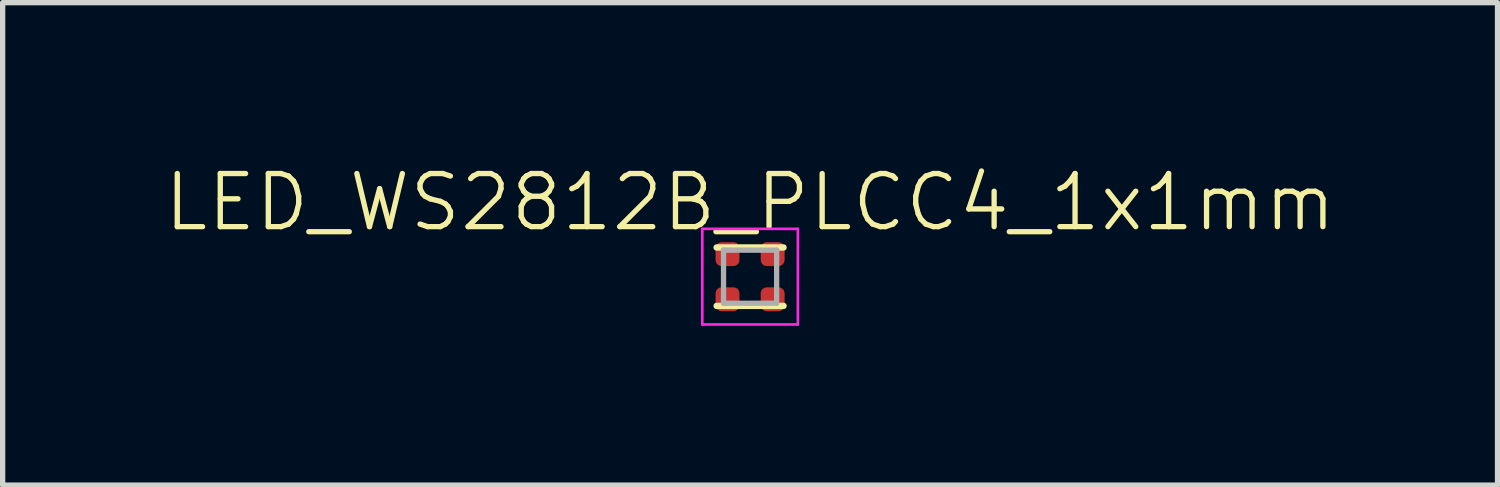
<source format=kicad_pcb>
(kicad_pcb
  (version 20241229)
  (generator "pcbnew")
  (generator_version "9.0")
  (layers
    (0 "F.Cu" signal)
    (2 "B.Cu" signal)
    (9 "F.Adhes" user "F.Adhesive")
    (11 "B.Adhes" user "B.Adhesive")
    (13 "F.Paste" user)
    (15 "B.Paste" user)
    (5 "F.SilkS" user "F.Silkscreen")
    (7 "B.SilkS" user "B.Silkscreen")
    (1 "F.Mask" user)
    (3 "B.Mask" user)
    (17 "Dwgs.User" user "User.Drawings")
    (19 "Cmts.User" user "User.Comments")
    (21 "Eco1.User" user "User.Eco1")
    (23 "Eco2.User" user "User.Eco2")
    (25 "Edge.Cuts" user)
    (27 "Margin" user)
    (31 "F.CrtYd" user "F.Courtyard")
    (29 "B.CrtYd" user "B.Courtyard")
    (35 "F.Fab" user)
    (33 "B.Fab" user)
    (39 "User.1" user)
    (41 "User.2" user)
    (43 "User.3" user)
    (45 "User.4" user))
  (footprint "LED_WS2812B_PLCC4_1x1mm"
    (layer "F.Cu")
    (at 11.074 2.16)
    (property "Reference" "LED_WS2812B_PLCC4_1x1mm" (at 0 -1.4 0) (unlocked yes) (layer "F.SilkS") (effects (font (size 1 1) (thickness 0.1))))
    (attr smd)
    (fp_line (start -0.63 -0.55) (end 0.63 -0.55) (stroke (width 0.12) (type solid)) (layer "F.SilkS"))
    (fp_line (start -0.63 0.55) (end 0.63 0.55) (stroke (width 0.12) (type solid)) (layer "F.SilkS"))
    (fp_line (start -0.9 -0.9) (end -0.9 0.9) (stroke (width 0.05) (type solid)) (layer "F.CrtYd"))
    (fp_line (start -0.9 0.9) (end 0.9 0.9) (stroke (width 0.05) (type solid)) (layer "F.CrtYd"))
    (fp_line (start 0.9 -0.9) (end -0.9 -0.9) (stroke (width 0.05) (type solid)) (layer "F.CrtYd"))
    (fp_line (start 0.9 0.9) (end 0.9 -0.9) (stroke (width 0.05) (type solid)) (layer "F.CrtYd"))
    (fp_line (start -0.5 -0.5) (end -0.5 0.5) (stroke (width 0.1) (type solid)) (layer "F.Fab"))
    (fp_line (start -0.5 0.5) (end 0.5 0.5) (stroke (width 0.1) (type solid)) (layer "F.Fab"))
    (fp_line (start 0.5 -0.5) (end -0.5 -0.5) (stroke (width 0.1) (type solid)) (layer "F.Fab"))
    (fp_line (start 0.5 0.5) (end 0.5 -0.5) (stroke (width 0.1) (type solid)) (layer "F.Fab"))
    (pad "1" smd roundrect (at -0.425 -0.425) (size 0.45 0.45) (layers "F.Cu" "F.Mask" "F.Paste") (roundrect_rratio 0.25))
    (pad "2" smd roundrect (at 0.425 -0.425) (size 0.45 0.45) (layers "F.Cu" "F.Mask" "F.Paste") (roundrect_rratio 0.25))
    (pad "3" smd roundrect (at -0.425 0.425) (size 0.45 0.45) (layers "F.Cu" "F.Mask" "F.Paste") (roundrect_rratio 0.25))
    (pad "4" smd roundrect (at 0.425 0.425) (size 0.45 0.45) (layers "F.Cu" "F.Mask" "F.Paste") (roundrect_rratio 0.25)))
  (gr_rect
    (start -3 -3)
    (end 25.148 6.085)
    (stroke (width 0.1) (type default))
    (fill no)
    (layer "Edge.Cuts")))
</source>
